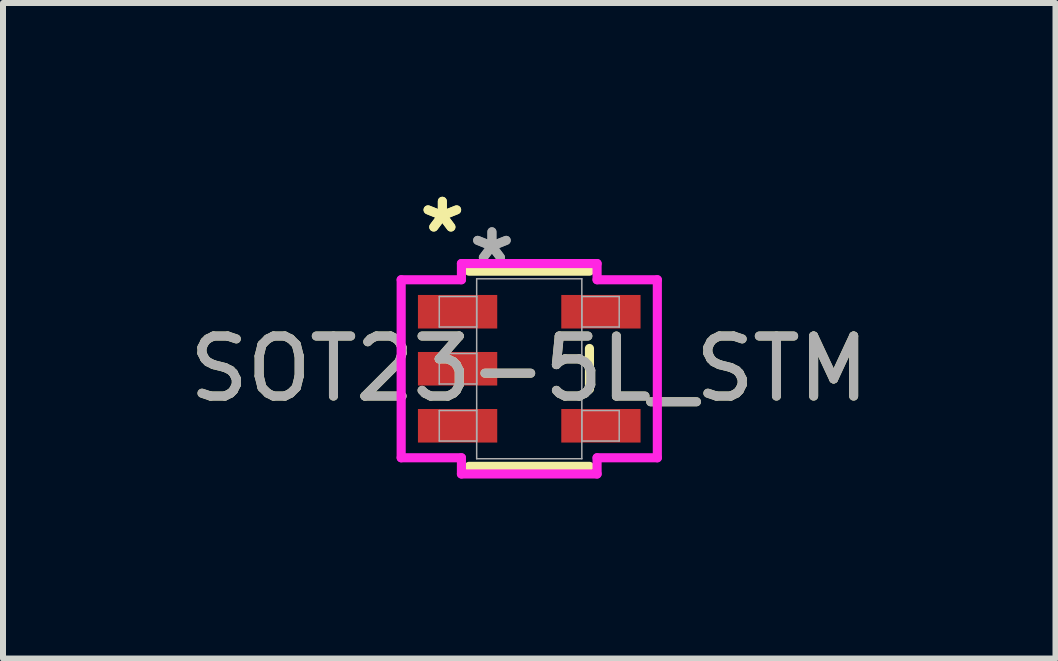
<source format=kicad_pcb>
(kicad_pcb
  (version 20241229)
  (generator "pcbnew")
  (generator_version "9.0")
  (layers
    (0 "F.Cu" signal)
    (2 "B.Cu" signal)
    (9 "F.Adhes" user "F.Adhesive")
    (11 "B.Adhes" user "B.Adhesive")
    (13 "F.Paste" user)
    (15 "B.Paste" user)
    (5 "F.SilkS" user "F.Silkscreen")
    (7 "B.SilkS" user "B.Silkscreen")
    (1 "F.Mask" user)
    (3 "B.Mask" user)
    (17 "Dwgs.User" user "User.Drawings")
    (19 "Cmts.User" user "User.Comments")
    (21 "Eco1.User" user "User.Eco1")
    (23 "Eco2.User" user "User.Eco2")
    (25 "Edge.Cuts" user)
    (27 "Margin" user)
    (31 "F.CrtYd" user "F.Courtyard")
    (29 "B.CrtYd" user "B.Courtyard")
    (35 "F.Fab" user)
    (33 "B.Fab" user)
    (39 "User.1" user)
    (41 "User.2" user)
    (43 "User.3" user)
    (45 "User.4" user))
  (footprint "SOT23-5L_STM"
    (layer "F.Cu")
    (at 5.768 3.094)
    (property "Reference" "SOT23-5L_STM" (at 0 0 0) (unlocked yes) (layer "F.SilkS") (effects (font (size 1 1) (thickness 0.15))))
    (attr smd)
    (fp_line (start -1.003 1.626) (end 1.003 1.626) (stroke (width 0.152) (type solid)) (layer "F.SilkS"))
    (fp_line (start 1.003 -1.626) (end -1.003 -1.626) (stroke (width 0.152) (type solid)) (layer "F.SilkS"))
    (fp_line (start 1.003 0.338) (end 1.003 -0.338) (stroke (width 0.152) (type solid)) (layer "F.SilkS"))
    (fp_line (start -2.134 -1.483) (end -1.13 -1.483) (stroke (width 0.152) (type solid)) (layer "F.CrtYd"))
    (fp_line (start -2.134 1.483) (end -2.134 -1.483) (stroke (width 0.152) (type solid)) (layer "F.CrtYd"))
    (fp_line (start -1.13 -1.753) (end 1.13 -1.753) (stroke (width 0.152) (type solid)) (layer "F.CrtYd"))
    (fp_line (start -1.13 -1.483) (end -1.13 -1.753) (stroke (width 0.152) (type solid)) (layer "F.CrtYd"))
    (fp_line (start -1.13 1.483) (end -2.134 1.483) (stroke (width 0.152) (type solid)) (layer "F.CrtYd"))
    (fp_line (start -1.13 1.753) (end -1.13 1.483) (stroke (width 0.152) (type solid)) (layer "F.CrtYd"))
    (fp_line (start 1.13 -1.753) (end 1.13 -1.483) (stroke (width 0.152) (type solid)) (layer "F.CrtYd"))
    (fp_line (start 1.13 -1.483) (end 2.134 -1.483) (stroke (width 0.152) (type solid)) (layer "F.CrtYd"))
    (fp_line (start 1.13 1.483) (end 1.13 1.753) (stroke (width 0.152) (type solid)) (layer "F.CrtYd"))
    (fp_line (start 1.13 1.753) (end -1.13 1.753) (stroke (width 0.152) (type solid)) (layer "F.CrtYd"))
    (fp_line (start 2.134 -1.483) (end 2.134 1.483) (stroke (width 0.152) (type solid)) (layer "F.CrtYd"))
    (fp_line (start 2.134 1.483) (end 1.13 1.483) (stroke (width 0.152) (type solid)) (layer "F.CrtYd"))
    (fp_line (start -1.499 -1.204) (end -1.499 -0.696) (stroke (width 0.025) (type solid)) (layer "F.Fab"))
    (fp_line (start -1.499 -0.696) (end -0.876 -0.696) (stroke (width 0.025) (type solid)) (layer "F.Fab"))
    (fp_line (start -1.499 -0.254) (end -1.499 0.254) (stroke (width 0.025) (type solid)) (layer "F.Fab"))
    (fp_line (start -1.499 0.254) (end -0.876 0.254) (stroke (width 0.025) (type solid)) (layer "F.Fab"))
    (fp_line (start -1.499 0.696) (end -1.499 1.204) (stroke (width 0.025) (type solid)) (layer "F.Fab"))
    (fp_line (start -1.499 1.204) (end -0.876 1.204) (stroke (width 0.025) (type solid)) (layer "F.Fab"))
    (fp_line (start -0.876 -1.499) (end -0.876 1.499) (stroke (width 0.025) (type solid)) (layer "F.Fab"))
    (fp_line (start -0.876 -1.204) (end -1.499 -1.204) (stroke (width 0.025) (type solid)) (layer "F.Fab"))
    (fp_line (start -0.876 -0.696) (end -0.876 -1.204) (stroke (width 0.025) (type solid)) (layer "F.Fab"))
    (fp_line (start -0.876 -0.254) (end -1.499 -0.254) (stroke (width 0.025) (type solid)) (layer "F.Fab"))
    (fp_line (start -0.876 0.254) (end -0.876 -0.254) (stroke (width 0.025) (type solid)) (layer "F.Fab"))
    (fp_line (start -0.876 0.696) (end -1.499 0.696) (stroke (width 0.025) (type solid)) (layer "F.Fab"))
    (fp_line (start -0.876 1.204) (end -0.876 0.696) (stroke (width 0.025) (type solid)) (layer "F.Fab"))
    (fp_line (start -0.876 1.499) (end 0.876 1.499) (stroke (width 0.025) (type solid)) (layer "F.Fab"))
    (fp_line (start 0.876 -1.499) (end -0.876 -1.499) (stroke (width 0.025) (type solid)) (layer "F.Fab"))
    (fp_line (start 0.876 -1.204) (end 0.876 -0.696) (stroke (width 0.025) (type solid)) (layer "F.Fab"))
    (fp_line (start 0.876 -0.696) (end 1.499 -0.696) (stroke (width 0.025) (type solid)) (layer "F.Fab"))
    (fp_line (start 0.876 0.696) (end 0.876 1.204) (stroke (width 0.025) (type solid)) (layer "F.Fab"))
    (fp_line (start 0.876 1.204) (end 1.499 1.204) (stroke (width 0.025) (type solid)) (layer "F.Fab"))
    (fp_line (start 0.876 1.499) (end 0.876 -1.499) (stroke (width 0.025) (type solid)) (layer "F.Fab"))
    (fp_line (start 1.499 -1.204) (end 0.876 -1.204) (stroke (width 0.025) (type solid)) (layer "F.Fab"))
    (fp_line (start 1.499 -0.696) (end 1.499 -1.204) (stroke (width 0.025) (type solid)) (layer "F.Fab"))
    (fp_line (start 1.499 0.696) (end 0.876 0.696) (stroke (width 0.025) (type solid)) (layer "F.Fab"))
    (fp_line (start 1.499 1.204) (end 1.499 0.696) (stroke (width 0.025) (type solid)) (layer "F.Fab"))
    (fp_text user "*" (at -1.448 -2.245 0) (layer "F.SilkS") (effects (font (size 1 1) (thickness 0.15))))
    (fp_text user "*" (at -1.448 -2.245 0) (unlocked yes) (layer "F.SilkS") (effects (font (size 1 1) (thickness 0.15))))
    (fp_text user "*" (at -0.622 -1.737 0) (layer "F.Fab") (effects (font (size 1 1) (thickness 0.15))))
    (fp_text user "${REFERENCE}" (at 0 0 0) (unlocked yes) (layer "F.Fab") (effects (font (size 1 1) (thickness 0.15))))
    (fp_text user "*" (at -0.622 -1.737 0) (unlocked yes) (layer "F.Fab") (effects (font (size 1 1) (thickness 0.15))))
    (pad "1" smd rect (at -1.194 -0.95) (size 1.321 0.559) (layers "F.Cu" "F.Mask" "F.Paste"))
    (pad "2" smd rect (at -1.194 0) (size 1.321 0.559) (layers "F.Cu" "F.Mask" "F.Paste"))
    (pad "3" smd rect (at -1.194 0.95) (size 1.321 0.559) (layers "F.Cu" "F.Mask" "F.Paste"))
    (pad "4" smd rect (at 1.194 0.95) (size 1.321 0.559) (layers "F.Cu" "F.Mask" "F.Paste"))
    (pad "5" smd rect (at 1.194 -0.95) (size 1.321 0.559) (layers "F.Cu" "F.Mask" "F.Paste")))
  (gr_rect
    (start -3 -3)
    (end 14.536 7.922)
    (stroke (width 0.1) (type default))
    (fill no)
    (layer "Edge.Cuts")))
</source>
